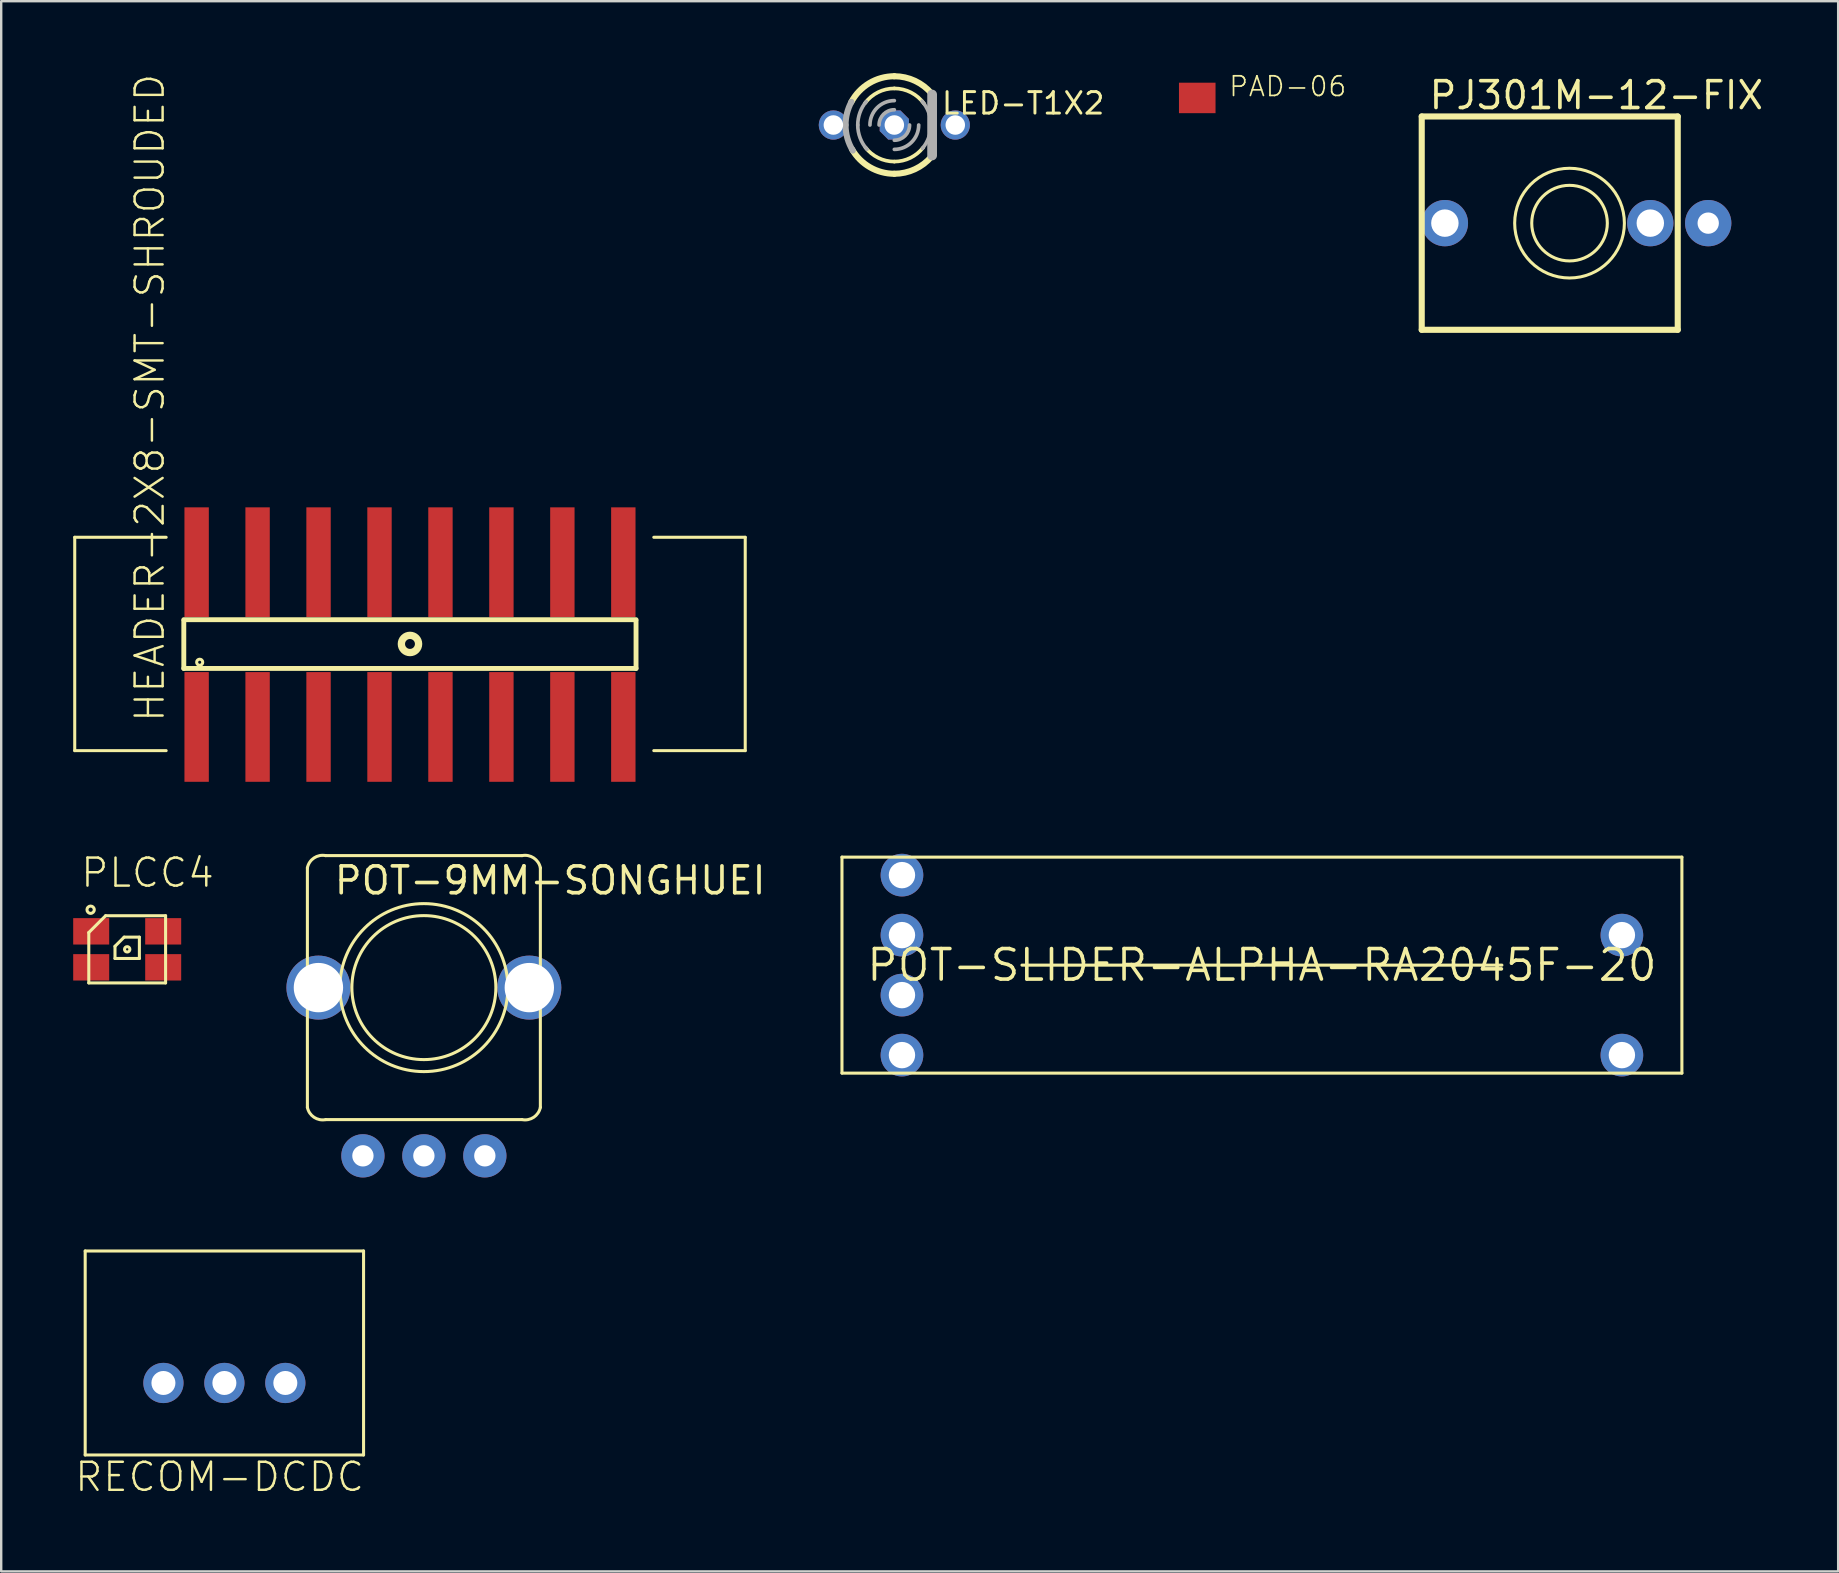
<source format=kicad_pcb>
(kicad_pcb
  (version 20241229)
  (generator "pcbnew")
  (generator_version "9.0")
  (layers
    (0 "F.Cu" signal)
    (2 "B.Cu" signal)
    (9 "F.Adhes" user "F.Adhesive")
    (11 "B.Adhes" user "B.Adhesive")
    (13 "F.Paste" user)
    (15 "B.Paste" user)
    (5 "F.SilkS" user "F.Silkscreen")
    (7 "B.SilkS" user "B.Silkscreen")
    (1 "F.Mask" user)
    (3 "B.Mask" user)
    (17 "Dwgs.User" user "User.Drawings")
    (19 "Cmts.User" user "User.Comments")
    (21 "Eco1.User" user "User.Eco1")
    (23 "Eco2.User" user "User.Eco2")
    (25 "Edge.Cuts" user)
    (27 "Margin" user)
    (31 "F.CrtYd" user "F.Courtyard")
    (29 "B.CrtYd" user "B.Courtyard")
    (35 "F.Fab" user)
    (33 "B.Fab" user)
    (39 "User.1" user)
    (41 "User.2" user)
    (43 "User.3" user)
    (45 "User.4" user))
  (footprint "RECOM-DCDC"
    (layer "F.Cu")
    (at 6.3 54.579)
    (property "Reference" "RECOM-DCDC" (at -6.3 4.6 0) (unlocked yes) (layer "F.SilkS") (effects (font (size 1.168 1.168) (thickness 0.102)) (justify left bottom)))
    (fp_line (start -5.8 -5.5) (end -5.8 3) (stroke (width 0.127) (type solid)) (layer "F.SilkS"))
    (fp_line (start -5.8 3) (end 5.8 3) (stroke (width 0.127) (type solid)) (layer "F.SilkS"))
    (fp_line (start 5.8 -5.5) (end -5.8 -5.5) (stroke (width 0.127) (type solid)) (layer "F.SilkS"))
    (fp_line (start 5.8 3) (end 5.8 -5.5) (stroke (width 0.127) (type solid)) (layer "F.SilkS"))
    (pad "P$1" thru_hole circle (at -2.54 0) (size 1.676 1.676) (drill 1) (layers "*.Cu" "*.Mask"))
    (pad "P$2" thru_hole circle (at 0 0) (size 1.676 1.676) (drill 1) (layers "*.Cu" "*.Mask"))
    (pad "P$3" thru_hole circle (at 2.54 0) (size 1.676 1.676) (drill 1) (layers "*.Cu" "*.Mask")))
  (footprint "PLCC4"
    (layer "F.Cu")
    (at 2.25 36.509)
    (property "Reference" "PLCC4" (at -2 -2.508 0) (unlocked yes) (layer "F.SilkS") (effects (font (size 1.168 1.168) (thickness 0.102)) (justify left bottom)))
    (fp_line (start -1.6 -0.7) (end -1.6 1.4) (stroke (width 0.127) (type solid)) (layer "F.SilkS"))
    (fp_line (start -1.6 -0.7) (end -0.9 -1.4) (stroke (width 0.127) (type solid)) (layer "F.SilkS"))
    (fp_line (start -1.6 1.4) (end 1.6 1.4) (stroke (width 0.127) (type solid)) (layer "F.SilkS"))
    (fp_line (start -0.508 0.381) (end -0.508 -0.127) (stroke (width 0.127) (type solid)) (layer "F.SilkS"))
    (fp_line (start -0.127 -0.508) (end -0.508 -0.127) (stroke (width 0.127) (type solid)) (layer "F.SilkS"))
    (fp_line (start -0.127 -0.508) (end 0.508 -0.508) (stroke (width 0.127) (type solid)) (layer "F.SilkS"))
    (fp_line (start 0.508 -0.508) (end 0.508 0.381) (stroke (width 0.127) (type solid)) (layer "F.SilkS"))
    (fp_line (start 0.508 0.381) (end -0.508 0.381) (stroke (width 0.127) (type solid)) (layer "F.SilkS"))
    (fp_line (start 1.6 -1.4) (end -0.9 -1.4) (stroke (width 0.127) (type solid)) (layer "F.SilkS"))
    (fp_line (start 1.6 1.4) (end 1.6 -1.4) (stroke (width 0.127) (type solid)) (layer "F.SilkS"))
    (fp_circle (center -1.524 -1.651) (end -1.372 -1.651) (stroke (width 0.127) (type solid)) (fill no) (layer "F.SilkS"))
    (fp_circle (center 0 0) (end 0.112 0) (stroke (width 0.127) (type solid)) (fill no) (layer "F.SilkS"))
    (pad "P$1" smd rect (at -1.5 -0.75 90) (size 1.1 1.5) (layers "F.Cu" "F.Mask" "F.Paste"))
    (pad "P$2" smd rect (at 1.5 -0.75 90) (size 1.1 1.5) (layers "F.Cu" "F.Mask" "F.Paste"))
    (pad "P$3" smd rect (at 1.5 0.75 90) (size 1.1 1.5) (layers "F.Cu" "F.Mask" "F.Paste"))
    (pad "P$4" smd rect (at -1.5 0.75 90) (size 1.1 1.5) (layers "F.Cu" "F.Mask" "F.Paste")))
  (footprint "POT-9MM-SONGHUEI"
    (layer "F.Cu")
    (at 14.613 38.104)
    (property "Reference" "POT-9MM-SONGHUEI" (at -3.81 -3.81 0) (unlocked yes) (layer "F.SilkS") (effects (font (size 1.118 1.118) (thickness 0.152)) (justify left bottom)))
    (fp_line (start -4.854 -4.99) (end -4.854 4.99) (stroke (width 0.127) (type solid)) (layer "F.SilkS"))
    (fp_line (start -4.09 5.5) (end 4.09 5.5) (stroke (width 0.127) (type solid)) (layer "F.SilkS"))
    (fp_line (start 4.09 -5.5) (end -4.09 -5.5) (stroke (width 0.127) (type solid)) (layer "F.SilkS"))
    (fp_line (start 4.854 4.99) (end 4.854 -4.99) (stroke (width 0.127) (type solid)) (layer "F.SilkS"))
    (fp_arc (start -4.854 -4.9901) (mid -4.577654 -5.403259) (end -4.0901 -5.5) (stroke (width 0.127) (type solid)) (layer "F.SilkS"))
    (fp_arc (start -4.0901 5.5) (mid -4.577654 5.403259) (end -4.854 4.9901) (stroke (width 0.127) (type solid)) (layer "F.SilkS"))
    (fp_arc (start 4.0901 -5.5) (mid 4.577654 -5.403259) (end 4.854 -4.9901) (stroke (width 0.127) (type solid)) (layer "F.SilkS"))
    (fp_arc (start 4.854 4.9901) (mid 4.577654 5.403259) (end 4.0901 5.5) (stroke (width 0.127) (type solid)) (layer "F.SilkS"))
    (fp_circle (center 0 0) (end 3 0) (stroke (width 0.127) (type solid)) (fill no) (layer "F.SilkS"))
    (fp_circle (center 0 0) (end 3.5 0) (stroke (width 0.127) (type solid)) (fill no) (layer "F.SilkS"))
    (pad "1" thru_hole circle (at -2.54 7.01 90) (size 1.803 1.803) (drill 0.889) (layers "*.Cu" "*.Mask"))
    (pad "2" thru_hole circle (at 0 7.01 90) (size 1.803 1.803) (drill 0.889) (layers "*.Cu" "*.Mask"))
    (pad "3" thru_hole circle (at 2.54 7.01 90) (size 1.803 1.803) (drill 0.889) (layers "*.Cu" "*.Mask"))
    (pad "P$4" thru_hole circle (at -4.394 0) (size 2.667 2.667) (drill 2.057) (layers "*.Cu" "*.Mask"))
    (pad "P$5" thru_hole circle (at 4.394 0) (size 2.667 2.667) (drill 2.057) (layers "*.Cu" "*.Mask"))
    (zone (net_name "") (layer "F.Cu") (hatch edge 0.5) (connect_pads) (min_thickness 0.25) (filled_areas_thickness no) (keepout (tracks not_allowed) (vias not_allowed) (pads not_allowed) (copperpour not_allowed) (footprints allowed)) (placement (enabled no)) (fill) (polygon (pts (xy 9.964 35.284) (xy 10.472 35.284) (xy 10.472 40.923) (xy 9.964 40.923))))
    (zone (net_name "") (layer "F.Cu") (hatch edge 0.5) (connect_pads) (min_thickness 0.25) (filled_areas_thickness no) (keepout (tracks not_allowed) (vias not_allowed) (pads not_allowed) (copperpour not_allowed) (footprints allowed)) (placement (enabled no)) (fill) (polygon (pts (xy 18.753 35.284) (xy 19.261 35.284) (xy 19.261 40.923) (xy 18.753 40.923))))
    (zone (net_name "") (layers "F.Cu" "B.Cu") (hatch edge 0.5) (connect_pads) (min_thickness 0.25) (filled_areas_thickness no) (keepout (tracks allowed) (vias not_allowed) (pads allowed) (copperpour allowed) (footprints allowed)) (placement (enabled no)) (fill) (polygon (pts (xy 9.964 35.284) (xy 10.472 35.284) (xy 10.472 40.923) (xy 9.964 40.923))))
    (zone (net_name "") (layers "F.Cu" "B.Cu") (hatch edge 0.5) (connect_pads) (min_thickness 0.25) (filled_areas_thickness no) (keepout (tracks allowed) (vias not_allowed) (pads allowed) (copperpour allowed) (footprints allowed)) (placement (enabled no)) (fill) (polygon (pts (xy 18.753 35.284) (xy 19.261 35.284) (xy 19.261 40.923) (xy 18.753 40.923)))))
  (footprint "POT-SLIDER-ALPHA-RA2045F-20"
    (layer "F.Cu")
    (at 49.535 37.167)
    (property "Reference" "POT-SLIDER-ALPHA-RA2045F-20" (at 0 0 0) (layer "F.SilkS") (effects (font (size 1.27 1.27) (thickness 0.15))))
    (fp_line (start -17.5 -4.5) (end -17.5 4.5) (stroke (width 0.127) (type solid)) (layer "F.SilkS"))
    (fp_line (start -17.5 4.5) (end 17.5 4.5) (stroke (width 0.127) (type solid)) (layer "F.SilkS"))
    (fp_line (start -10 0) (end 10 0) (stroke (width 0.127) (type solid)) (layer "F.SilkS"))
    (fp_line (start 17.5 -4.5) (end -17.5 -4.5) (stroke (width 0.127) (type solid)) (layer "F.SilkS"))
    (fp_line (start 17.5 4.5) (end 17.5 -4.5) (stroke (width 0.127) (type solid)) (layer "F.SilkS"))
    (pad "P$1" thru_hole circle (at -15 -1.25) (size 1.778 1.778) (drill 1.1) (layers "*.Cu" "*.Mask"))
    (pad "P$2" thru_hole circle (at -15 -3.75) (size 1.778 1.778) (drill 1.1) (layers "*.Cu" "*.Mask"))
    (pad "P$3" thru_hole circle (at 15 -1.25) (size 1.778 1.778) (drill 1.1) (layers "*.Cu" "*.Mask"))
    (pad "P$LEDA" thru_hole circle (at 15 3.75) (size 1.778 1.778) (drill 1.1) (layers "*.Cu" "*.Mask"))
    (pad "P$LEDC" thru_hole circle (at -15 3.75) (size 1.778 1.778) (drill 1.1) (layers "*.Cu" "*.Mask"))
    (pad "P$NC" thru_hole circle (at -15 1.25) (size 1.778 1.778) (drill 1.1) (layers "*.Cu" "*.Mask")))
  (footprint "HEADER-2X8-SMT-SHROUDED"
    (layer "F.Cu")
    (at 14.034 23.784)
    (property "Reference" "HEADER-2X8-SMT-SHROUDED" (at -10.16 3.327 90) (unlocked yes) (layer "F.SilkS") (effects (font (size 1.168 1.168) (thickness 0.102)) (justify left bottom)))
    (fp_line (start -13.97 -4.445) (end -13.97 4.445) (stroke (width 0.127) (type solid)) (layer "F.SilkS"))
    (fp_line (start -13.97 -4.445) (end -10.16 -4.445) (stroke (width 0.127) (type solid)) (layer "F.SilkS"))
    (fp_line (start -13.97 4.445) (end -10.16 4.445) (stroke (width 0.127) (type solid)) (layer "F.SilkS"))
    (fp_line (start -9.425 1.02) (end -9.425 -0.97) (stroke (width 0.203) (type solid)) (layer "F.SilkS"))
    (fp_line (start 9.42 -1.012) (end -9.425 -1.012) (stroke (width 0.203) (type solid)) (layer "F.SilkS"))
    (fp_line (start 9.42 -0.97) (end 9.42 1.02) (stroke (width 0.203) (type solid)) (layer "F.SilkS"))
    (fp_line (start 9.42 1.02) (end -9.425 1.02) (stroke (width 0.203) (type solid)) (layer "F.SilkS"))
    (fp_line (start 10.16 -4.445) (end 13.97 -4.445) (stroke (width 0.127) (type solid)) (layer "F.SilkS"))
    (fp_line (start 13.97 -4.445) (end 13.97 4.445) (stroke (width 0.127) (type solid)) (layer "F.SilkS"))
    (fp_line (start 13.97 4.445) (end 10.16 4.445) (stroke (width 0.127) (type solid)) (layer "F.SilkS"))
    (fp_circle (center -8.763 0.762) (end -8.636 0.762) (stroke (width 0.127) (type solid)) (fill no) (layer "F.SilkS"))
    (fp_circle (center 0 0) (end 0.359 0) (stroke (width 0.305) (type solid)) (fill no) (layer "F.SilkS"))
    (pad "1" smd rect (at -8.89 3.458 180) (size 1.016 4.572) (layers "F.Cu" "F.Mask" "F.Paste"))
    (pad "2" smd rect (at -8.89 -3.407) (size 1.016 4.572) (layers "F.Cu" "F.Mask" "F.Paste"))
    (pad "3" smd rect (at -6.35 3.458 180) (size 1.016 4.572) (layers "F.Cu" "F.Mask" "F.Paste"))
    (pad "4" smd rect (at -6.35 -3.407) (size 1.016 4.572) (layers "F.Cu" "F.Mask" "F.Paste"))
    (pad "5" smd rect (at -3.81 3.458 180) (size 1.016 4.572) (layers "F.Cu" "F.Mask" "F.Paste"))
    (pad "6" smd rect (at -3.81 -3.407) (size 1.016 4.572) (layers "F.Cu" "F.Mask" "F.Paste"))
    (pad "7" smd rect (at -1.27 3.458 180) (size 1.016 4.572) (layers "F.Cu" "F.Mask" "F.Paste"))
    (pad "8" smd rect (at -1.27 -3.407) (size 1.016 4.572) (layers "F.Cu" "F.Mask" "F.Paste"))
    (pad "9" smd rect (at 1.27 3.458 180) (size 1.016 4.572) (layers "F.Cu" "F.Mask" "F.Paste"))
    (pad "10" smd rect (at 1.27 -3.407) (size 1.016 4.572) (layers "F.Cu" "F.Mask" "F.Paste"))
    (pad "11" smd rect (at 3.81 3.458 180) (size 1.016 4.572) (layers "F.Cu" "F.Mask" "F.Paste"))
    (pad "12" smd rect (at 3.81 -3.407) (size 1.016 4.572) (layers "F.Cu" "F.Mask" "F.Paste"))
    (pad "13" smd rect (at 6.35 3.458 180) (size 1.016 4.572) (layers "F.Cu" "F.Mask" "F.Paste"))
    (pad "14" smd rect (at 6.35 -3.407) (size 1.016 4.572) (layers "F.Cu" "F.Mask" "F.Paste"))
    (pad "15" smd rect (at 8.89 3.458 180) (size 1.016 4.572) (layers "F.Cu" "F.Mask" "F.Paste"))
    (pad "16" smd rect (at 8.89 -3.407) (size 1.016 4.572) (layers "F.Cu" "F.Mask" "F.Paste")))
  (footprint "LED-T1X2"
    (layer "F.Cu")
    (at 34.217 2.159)
    (property "Reference" "LED-T1X2" (at 1.905 -0.381 0) (unlocked yes) (layer "F.SilkS") (effects (font (size 0.894 0.894) (thickness 0.122)) (justify left bottom)))
    (fp_arc (start -1.7929 -0.9562) (mid -1.045438 -1.7424) (end 0 -2.032) (stroke (width 0.254) (type solid)) (layer "F.SilkS"))
    (fp_arc (start -1.2192 -0.9144) (mid -0.681554 -1.363107) (end 0 -1.524) (stroke (width 0.1524) (type solid)) (layer "F.SilkS"))
    (fp_arc (start 0 -2.032) (mid 0.861864 -1.840173) (end 1.561 -1.3009) (stroke (width 0.254) (type solid)) (layer "F.SilkS"))
    (fp_arc (start 0 -1.524) (mid 0.697339 -1.355082) (end 1.2401 -0.885801) (stroke (width 0.1524) (type solid)) (layer "F.SilkS"))
    (fp_arc (start 0 1.524) (mid -0.669593 1.369018) (end -1.203 0.9356) (stroke (width 0.1524) (type solid)) (layer "F.SilkS"))
    (fp_arc (start 0 2.032) (mid -1.019924 1.757525) (end -1.7643 1.0082) (stroke (width 0.254) (type solid)) (layer "F.SilkS"))
    (fp_arc (start 1.203 0.9356) (mid 0.669593 1.369018) (end 0 1.524) (stroke (width 0.1524) (type solid)) (layer "F.SilkS"))
    (fp_arc (start 1.5512 1.3126) (mid 0.854953 1.843405) (end 0 2.032) (stroke (width 0.254) (type solid)) (layer "F.SilkS"))
    (fp_line (start 1.575 1.27) (end 1.575 -1.27) (stroke (width 0.406) (type solid)) (layer "F.Fab"))
    (fp_arc (start -2.032 0) (mid -1.970339 -0.496775) (end -1.7891 -0.9634) (stroke (width 0.254) (type solid)) (layer "F.Fab"))
    (fp_arc (start -1.7306 1.065) (mid -1.95521 0.553417) (end -2.032 0) (stroke (width 0.254) (type solid)) (layer "F.Fab"))
    (fp_arc (start -1.524 0) (mid -1.432981 -0.518783) (end -1.1708 -0.9756) (stroke (width 0.1524) (type solid)) (layer "F.Fab"))
    (fp_arc (start -1.1391 1.0125) (mid -1.42454 0.5416) (end -1.524 0) (stroke (width 0.1524) (type solid)) (layer "F.Fab"))
    (fp_arc (start -1.016 0) (mid -0.71842 -0.71842) (end 0 -1.016) (stroke (width 0.1524) (type solid)) (layer "F.Fab"))
    (fp_arc (start -0.635 0) (mid -0.449013 -0.449013) (end 0 -0.635) (stroke (width 0.1524) (type solid)) (layer "F.Fab"))
    (fp_arc (start 0.635 0) (mid 0.449013 0.449013) (end 0 0.635) (stroke (width 0.1524) (type solid)) (layer "F.Fab"))
    (fp_arc (start 1.016 0) (mid 0.71842 0.71842) (end 0 1.016) (stroke (width 0.1524) (type solid)) (layer "F.Fab"))
    (fp_arc (start 1.1571 -0.9918) (mid 1.429332 -0.528744) (end 1.524 0) (stroke (width 0.1524) (type solid)) (layer "F.Fab"))
    (fp_arc (start 1.524 0) (mid 1.432981 0.518783) (end 1.1708 0.9756) (stroke (width 0.1524) (type solid)) (layer "F.Fab"))
    (pad "A-1" thru_hole circle (at 2.54 0) (size 1.219 1.219) (drill 0.813) (layers "*.Cu" "*.Mask"))
    (pad "A-3" thru_hole circle (at -2.54 0) (size 1.219 1.219) (drill 0.813) (layers "*.Cu" "*.Mask"))
    (pad "K-2" thru_hole roundrect (at 0 0) (size 1.219 1.219) (drill 0.813) (layers "*.Cu" "*.Mask") (roundrect_rratio 0.25) (chamfer_ratio 0.293) (chamfer top_left top_right bottom_left bottom_right)))
  (footprint "PJ301M-12-FIX"
    (layer "F.Cu")
    (at 62.366 6.248)
    (property "Reference" "PJ301M-12-FIX" (at -5.944 -4.674 0) (unlocked yes) (layer "F.SilkS") (effects (font (size 1.118 1.118) (thickness 0.152)) (justify left bottom)))
    (fp_line (start -6.172 -4.445) (end -6.172 4.445) (stroke (width 0.254) (type solid)) (layer "F.SilkS"))
    (fp_line (start -6.172 4.445) (end 4.496 4.445) (stroke (width 0.254) (type solid)) (layer "F.SilkS"))
    (fp_line (start 4.496 -4.445) (end -6.172 -4.445) (stroke (width 0.254) (type solid)) (layer "F.SilkS"))
    (fp_line (start 4.496 4.445) (end 4.496 -4.445) (stroke (width 0.254) (type solid)) (layer "F.SilkS"))
    (fp_circle (center -0.013 0) (end 1.562 0) (stroke (width 0.127) (type solid)) (fill no) (layer "F.SilkS"))
    (fp_circle (center -0.013 0) (end 2.273 0) (stroke (width 0.127) (type solid)) (fill no) (layer "F.SilkS"))
    (pad "1" thru_hole circle (at -5.207 0) (size 1.93 1.93) (drill 1.143) (layers "*.Cu" "*.Mask"))
    (pad "2" thru_hole circle (at 5.766 0) (size 1.93 1.93) (drill 0.889) (layers "*.Cu" "*.Mask"))
    (pad "3" thru_hole circle (at 3.353 0) (size 1.93 1.93) (drill 1.143) (layers "*.Cu" "*.Mask"))
    (zone (net_name "") (layers "F.Cu" "B.Cu") (hatch edge 0.5) (connect_pads) (min_thickness 0.25) (filled_areas_thickness no) (keepout (tracks allowed) (vias not_allowed) (pads allowed) (copperpour allowed) (footprints allowed)) (placement (enabled no)) (fill) (polygon (pts (xy 63.878 6.248) (xy 63.858 6.004) (xy 63.799 5.766) (xy 63.703 5.54) (xy 63.572 5.333) (xy 63.409 5.149) (xy 63.219 4.994) (xy 63.007 4.872) (xy 62.778 4.785) (xy 62.537 4.736) (xy 62.292 4.726) (xy 62.049 4.755) (xy 61.813 4.823) (xy 61.592 4.929) (xy 61.39 5.068) (xy 61.213 5.238) (xy 61.066 5.434) (xy 60.952 5.651) (xy 60.874 5.884) (xy 60.835 6.126) (xy 60.835 6.371) (xy 60.874 6.613) (xy 60.952 6.846) (xy 61.066 7.063) (xy 61.213 7.259) (xy 61.39 7.429) (xy 61.592 7.568) (xy 61.813 7.673) (xy 62.049 7.742) (xy 62.292 7.771) (xy 62.537 7.761) (xy 62.778 7.712) (xy 63.007 7.625) (xy 63.219 7.503) (xy 63.409 7.348) (xy 63.572 7.164) (xy 63.703 6.957) (xy 63.799 6.731) (xy 63.858 6.493)))))
  (footprint "PAD-06"
    (layer "F.Cu")
    (at 46.84 1.031)
    (property "Reference" "PAD-06" (at 1.27 0 0) (unlocked yes) (layer "F.SilkS") (effects (font (size 0.818 0.818) (thickness 0.071)) (justify left bottom)))
    (pad "P$1" smd rect (at 0 0) (size 1.524 1.27) (layers "F.Cu" "F.Mask" "F.Paste")))
  (gr_rect
    (start -3 -3)
    (end 73.547 62.43)
    (stroke (width 0.1) (type default))
    (fill no)
    (layer "Edge.Cuts")))
</source>
